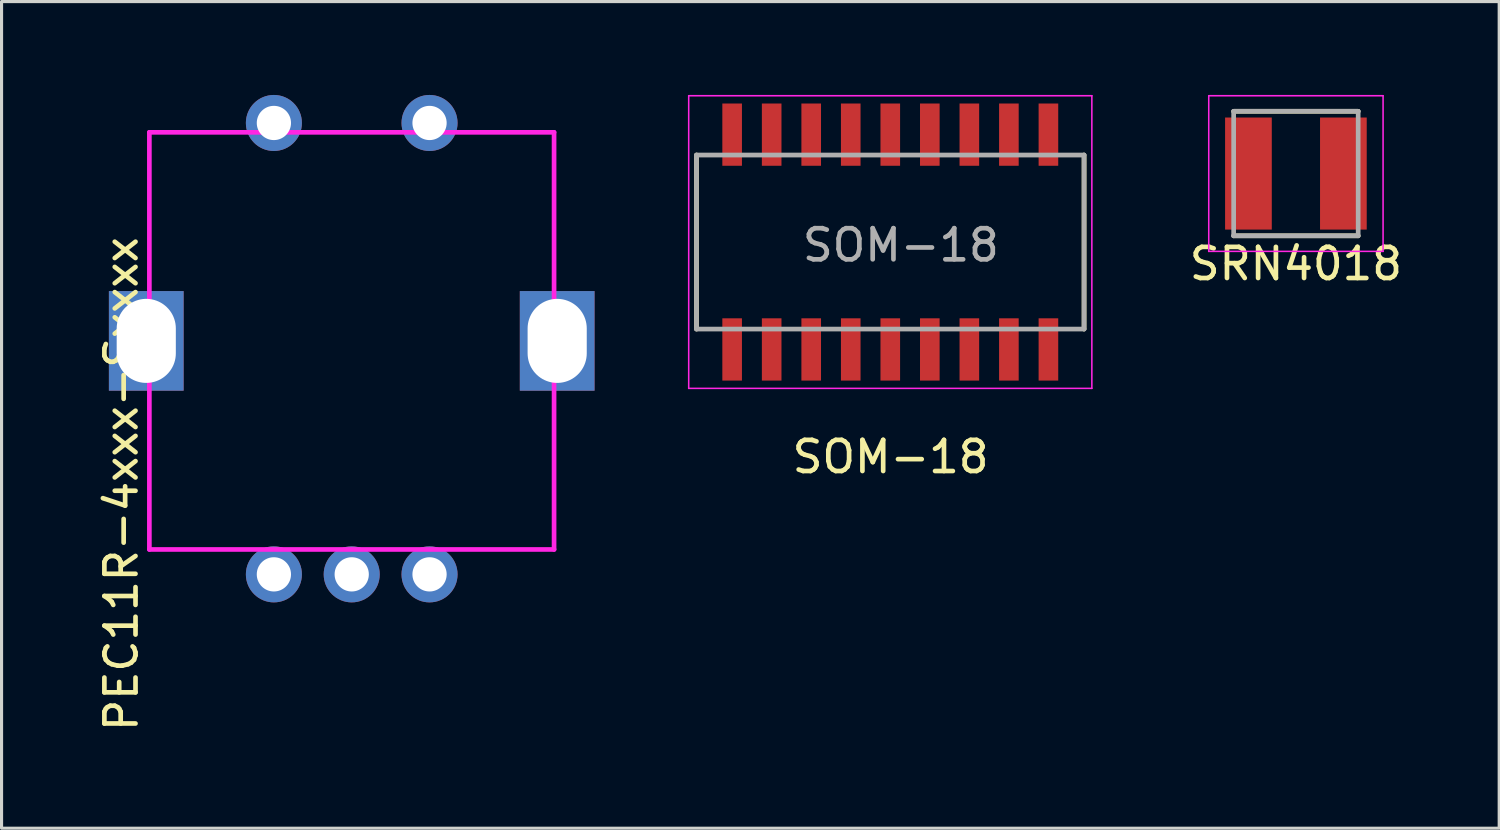
<source format=kicad_pcb>
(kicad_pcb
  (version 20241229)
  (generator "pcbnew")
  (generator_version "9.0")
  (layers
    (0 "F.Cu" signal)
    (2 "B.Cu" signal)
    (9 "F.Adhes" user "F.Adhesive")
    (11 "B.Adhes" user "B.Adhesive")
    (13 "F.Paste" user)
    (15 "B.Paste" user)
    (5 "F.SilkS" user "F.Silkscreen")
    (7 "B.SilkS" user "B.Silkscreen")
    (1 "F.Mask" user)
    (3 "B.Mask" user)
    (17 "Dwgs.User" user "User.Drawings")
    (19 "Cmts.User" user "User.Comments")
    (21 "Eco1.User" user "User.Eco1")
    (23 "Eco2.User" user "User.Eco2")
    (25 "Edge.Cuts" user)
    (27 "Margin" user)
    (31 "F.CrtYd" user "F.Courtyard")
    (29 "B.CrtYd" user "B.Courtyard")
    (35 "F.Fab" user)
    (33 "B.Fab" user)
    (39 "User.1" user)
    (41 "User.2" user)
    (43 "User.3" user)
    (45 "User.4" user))
  (footprint "SOM-18"
    (layer "F.Cu")
    (at 25.548 4.725)
    (property "Reference" "SOM-18" (at 0.01 6.9 0) (layer "F.SilkS") (effects (font (size 1 1) (thickness 0.15))))
    (attr through_hole)
    (fp_line (start -6.225 -2.795) (end -6.225 2.795) (stroke (width 0.15) (type solid)) (layer "F.SilkS"))
    (fp_line (start 6.225 -2.795) (end 6.225 2.795) (stroke (width 0.15) (type solid)) (layer "F.SilkS"))
    (fp_line (start -6.475 -4.7) (end 6.475 -4.7) (stroke (width 0.05) (type solid)) (layer "F.CrtYd"))
    (fp_line (start -6.475 4.7) (end -6.475 -4.7) (stroke (width 0.05) (type solid)) (layer "F.CrtYd"))
    (fp_line (start -6.475 4.7) (end 6.475 4.7) (stroke (width 0.05) (type solid)) (layer "F.CrtYd"))
    (fp_line (start 6.475 4.7) (end 6.475 -4.7) (stroke (width 0.05) (type solid)) (layer "F.CrtYd"))
    (fp_line (start -6.225 -2.795) (end -6.225 2.795) (stroke (width 0.15) (type solid)) (layer "F.Fab"))
    (fp_line (start -6.225 -2.795) (end 6.225 -2.795) (stroke (width 0.15) (type solid)) (layer "F.Fab"))
    (fp_line (start -6.225 2.795) (end 6.225 2.795) (stroke (width 0.15) (type solid)) (layer "F.Fab"))
    (fp_line (start 6.225 -2.795) (end 6.225 2.795) (stroke (width 0.15) (type solid)) (layer "F.Fab"))
    (fp_text user "${REFERENCE}" (at 0.34 0.1 0) (layer "F.Fab") (effects (font (size 1 1) (thickness 0.15))))
    (pad "1" smd rect (at -5.08 3.45) (size 0.63 2) (layers "F.Cu" "F.Mask" "F.Paste"))
    (pad "2" smd rect (at -3.81 3.45) (size 0.63 2) (layers "F.Cu" "F.Mask" "F.Paste"))
    (pad "3" smd rect (at -2.54 3.45) (size 0.63 2) (layers "F.Cu" "F.Mask" "F.Paste"))
    (pad "4" smd rect (at -1.27 3.45) (size 0.63 2) (layers "F.Cu" "F.Mask" "F.Paste"))
    (pad "5" smd rect (at 0 3.45) (size 0.63 2) (layers "F.Cu" "F.Mask" "F.Paste"))
    (pad "6" smd rect (at 1.27 3.45) (size 0.63 2) (layers "F.Cu" "F.Mask" "F.Paste"))
    (pad "7" smd rect (at 2.54 3.45) (size 0.63 2) (layers "F.Cu" "F.Mask" "F.Paste"))
    (pad "8" smd rect (at 3.81 3.45) (size 0.63 2) (layers "F.Cu" "F.Mask" "F.Paste"))
    (pad "9" smd rect (at 5.08 3.45) (size 0.63 2) (layers "F.Cu" "F.Mask" "F.Paste"))
    (pad "10" smd rect (at 5.08 -3.45) (size 0.63 2) (layers "F.Cu" "F.Mask" "F.Paste"))
    (pad "11" smd rect (at 3.81 -3.45) (size 0.63 2) (layers "F.Cu" "F.Mask" "F.Paste"))
    (pad "12" smd rect (at 2.54 -3.45) (size 0.63 2) (layers "F.Cu" "F.Mask" "F.Paste"))
    (pad "13" smd rect (at 1.27 -3.45) (size 0.63 2) (layers "F.Cu" "F.Mask" "F.Paste"))
    (pad "14" smd rect (at 0 -3.45) (size 0.63 2) (layers "F.Cu" "F.Mask" "F.Paste"))
    (pad "15" smd rect (at -1.27 -3.45) (size 0.63 2) (layers "F.Cu" "F.Mask" "F.Paste"))
    (pad "16" smd rect (at -2.54 -3.45) (size 0.63 2) (layers "F.Cu" "F.Mask" "F.Paste"))
    (pad "17" smd rect (at -3.81 -3.45) (size 0.63 2) (layers "F.Cu" "F.Mask" "F.Paste"))
    (pad "18" smd rect (at -5.08 -3.45) (size 0.63 2) (layers "F.Cu" "F.Mask" "F.Paste")))
  (footprint "PEC11R-4xxx-Sxxxx"
    (layer "F.Cu")
    (at 8.248 7.9)
    (property "Reference" "PEC11R-4xxx-Sxxxx" (at -7.4 4.6 90) (layer "F.SilkS") (effects (font (size 1 1) (thickness 0.15))))
    (attr through_hole)
    (fp_line (start -6.5 -6.7) (end 6.5 -6.7) (stroke (width 0.15) (type solid)) (layer "F.CrtYd"))
    (fp_line (start -6.5 6.7) (end -6.5 -6.7) (stroke (width 0.15) (type solid)) (layer "F.CrtYd"))
    (fp_line (start 6.5 -6.7) (end 6.5 6.7) (stroke (width 0.15) (type solid)) (layer "F.CrtYd"))
    (fp_line (start 6.5 6.7) (end -6.5 6.7) (stroke (width 0.15) (type solid)) (layer "F.CrtYd"))
    (pad "1" thru_hole circle (at -2.5 -7) (size 1.8 1.8) (drill 1.1) (layers "*.Cu" "*.Mask"))
    (pad "2" thru_hole circle (at 2.5 -7) (size 1.8 1.8) (drill 1.1) (layers "*.Cu" "*.Mask"))
    (pad "3" thru_hole circle (at -2.5 7.5) (size 1.8 1.8) (drill 1.1) (layers "*.Cu" "*.Mask"))
    (pad "4" thru_hole circle (at 0 7.5) (size 1.8 1.8) (drill 1.1) (layers "*.Cu" "*.Mask"))
    (pad "5" thru_hole circle (at 2.5 7.5) (size 1.8 1.8) (drill 1.1) (layers "*.Cu" "*.Mask"))
    (pad "GND" thru_hole rect (at -6.6 0 90) (size 3.2 2.4) (drill oval 2.7 1.9) (layers "*.Cu" "*.Mask"))
    (pad "GND" thru_hole rect (at 6.6 0 90) (size 3.2 2.4) (drill oval 2.7 1.9) (layers "*.Cu" "*.Mask")))
  (footprint "SRN4018"
    (layer "F.Cu")
    (at 38.578 2.525)
    (property "Reference" "SRN4018" (at 0 2.9 0) (layer "F.SilkS") (effects (font (size 1 1) (thickness 0.15))))
    (attr through_hole)
    (fp_line (start -2 -2) (end 2 -2) (stroke (width 0.15) (type solid)) (layer "F.SilkS"))
    (fp_line (start -2 2) (end 2 2) (stroke (width 0.15) (type solid)) (layer "F.SilkS"))
    (fp_line (start -2.8 -2.5) (end -2.8 2.5) (stroke (width 0.05) (type solid)) (layer "F.CrtYd"))
    (fp_line (start -2.8 -2.5) (end 2.8 -2.5) (stroke (width 0.05) (type solid)) (layer "F.CrtYd"))
    (fp_line (start -2.8 2.5) (end 2.8 2.5) (stroke (width 0.05) (type solid)) (layer "F.CrtYd"))
    (fp_line (start 2.8 -2.5) (end 2.8 2.5) (stroke (width 0.05) (type solid)) (layer "F.CrtYd"))
    (fp_line (start -2 -2) (end -2 2) (stroke (width 0.15) (type solid)) (layer "F.Fab"))
    (fp_line (start -2 -2) (end 2 -2) (stroke (width 0.15) (type solid)) (layer "F.Fab"))
    (fp_line (start -2 2) (end 2 2) (stroke (width 0.15) (type solid)) (layer "F.Fab"))
    (fp_line (start 2 2) (end 2 -2) (stroke (width 0.15) (type solid)) (layer "F.Fab"))
    (pad "1" smd rect (at -1.525 0) (size 1.5 3.6) (layers "F.Cu" "F.Mask" "F.Paste"))
    (pad "2" smd rect (at 1.525 0) (size 1.5 3.6) (layers "F.Cu" "F.Mask" "F.Paste")))
  (gr_rect
    (start -3 -3)
    (end 45.108 23.554)
    (stroke (width 0.1) (type default))
    (fill no)
    (layer "Edge.Cuts")))
</source>
